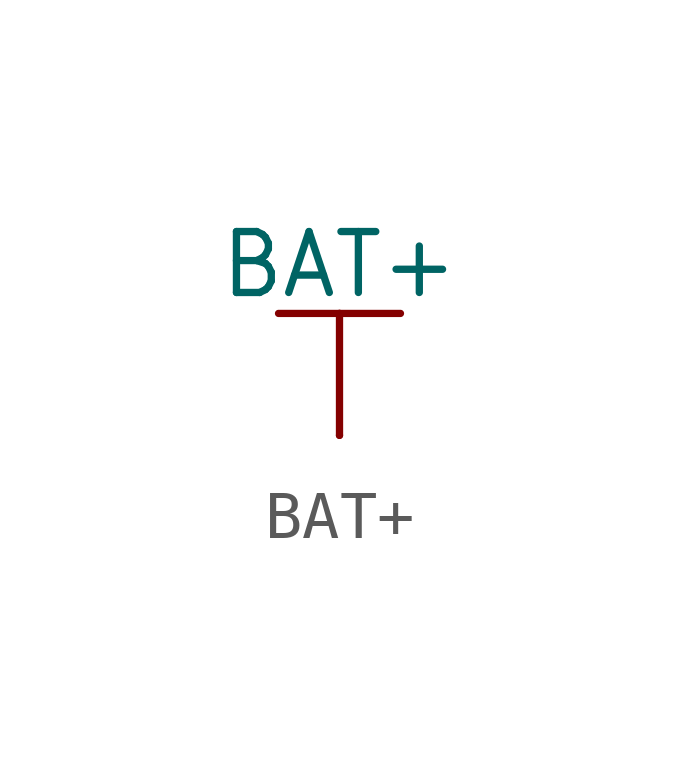
<source format=kicad_sym>
(kicad_symbol_lib
  (version 20231120)
  (generator "kicad_symbol_editor")
  (generator_version "8.0")
  (symbol "BAT+"
    (power)
    (pin_numbers hide)
    (pin_names
      (offset 0) hide)
    (property "Reference" "#PWR"
      (at 0 0 0)
      (effects (font (size 1.27 1.27)) (hide yes)))
    (property "Value" "BAT+"
      (at 0 3.556 0)
      (do_not_autoplace)
      (effects (font (size 1.27 1.27))))
    (symbol "BAT+_0_1"
      (polyline (pts (xy -1.27 2.54) (xy 0 2.54)) (stroke (width 0) (type default)) (fill (type none)))
      (polyline (pts (xy 0 0) (xy 0 2.54)) (stroke (width 0) (type default)) (fill (type none)))
      (polyline (pts (xy 0 2.54) (xy 1.27 2.54)) (stroke (width 0) (type default)) (fill (type none))))
    (symbol "BAT+_1_1"
      (pin power_in line (at 0 0 90) (length 0) (name "~" (effects (font (size 1.27 1.27)))) (number "1" (effects (font (size 1.27 1.27))))))))
</source>
